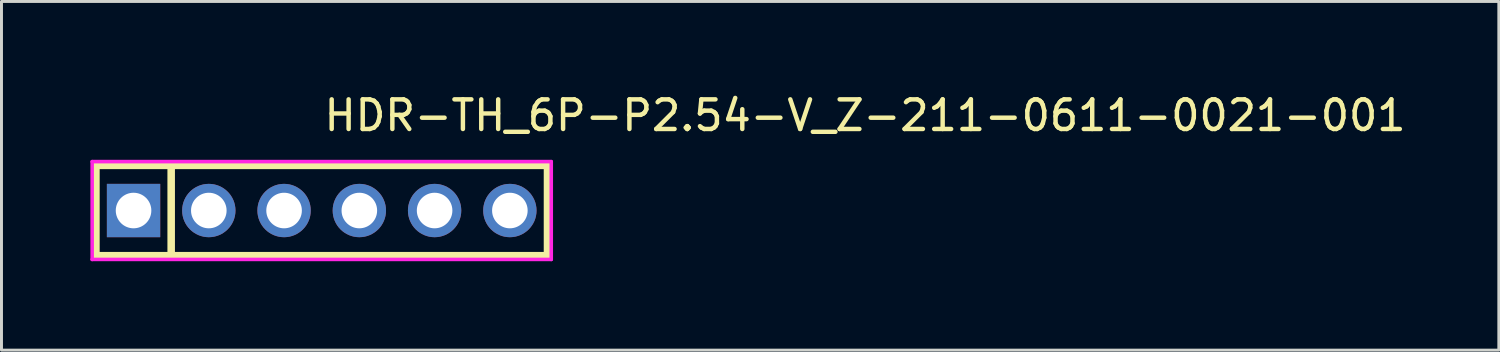
<source format=kicad_pcb>
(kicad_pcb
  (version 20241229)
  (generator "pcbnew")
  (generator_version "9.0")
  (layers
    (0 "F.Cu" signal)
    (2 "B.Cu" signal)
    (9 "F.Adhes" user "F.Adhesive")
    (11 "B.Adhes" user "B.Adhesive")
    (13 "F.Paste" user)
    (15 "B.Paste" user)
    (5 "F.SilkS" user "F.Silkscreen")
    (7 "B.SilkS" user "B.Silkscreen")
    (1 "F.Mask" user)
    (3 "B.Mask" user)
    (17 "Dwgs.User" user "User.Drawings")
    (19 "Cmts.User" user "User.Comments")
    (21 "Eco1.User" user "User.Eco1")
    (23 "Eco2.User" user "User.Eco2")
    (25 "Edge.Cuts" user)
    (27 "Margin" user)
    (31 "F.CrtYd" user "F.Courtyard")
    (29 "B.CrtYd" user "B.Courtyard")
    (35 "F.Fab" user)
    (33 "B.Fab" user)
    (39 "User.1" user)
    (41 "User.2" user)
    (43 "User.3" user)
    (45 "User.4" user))
  (footprint "HDR-TH_6P-P2.54-V_Z-211-0611-0021-001"
    (layer "F.Cu")
    (at 7.807 4.055)
    (property "Reference" "HDR-TH_6P-P2.54-V_Z-211-0611-0021-001" (at 0 -3.207 0) (layer "F.SilkS") (effects (font (size 1 1) (thickness 0.15)) (justify left)))
    (attr through_hole)
    (fp_line (start -7.62 -1.524) (end -7.62 1.524) (stroke (width 0.254) (type solid)) (layer "F.SilkS"))
    (fp_line (start -7.62 -1.524) (end 7.62 -1.524) (stroke (width 0.254) (type solid)) (layer "F.SilkS"))
    (fp_line (start -7.62 1.524) (end 7.62 1.524) (stroke (width 0.254) (type solid)) (layer "F.SilkS"))
    (fp_line (start -5.08 -1.524) (end -5.08 1.524) (stroke (width 0.254) (type solid)) (layer "F.SilkS"))
    (fp_line (start 7.62 1.524) (end 7.62 -1.524) (stroke (width 0.254) (type solid)) (layer "F.SilkS"))
    (fp_circle (center -7.747 1.651) (end -7.717 1.651) (stroke (width 0.06) (type solid)) (fill no) (layer "Eco2.User"))
    (fp_circle (center -6.35 0) (end -6.1 0) (stroke (width 0.5) (type solid)) (fill no) (layer "Eco2.User"))
    (fp_circle (center -3.81 0) (end -3.56 0) (stroke (width 0.5) (type solid)) (fill no) (layer "Eco2.User"))
    (fp_circle (center -1.27 0) (end -1.02 0) (stroke (width 0.5) (type solid)) (fill no) (layer "Eco2.User"))
    (fp_circle (center 1.27 0) (end 1.52 0) (stroke (width 0.5) (type solid)) (fill no) (layer "Eco2.User"))
    (fp_circle (center 3.81 0) (end 4.06 0) (stroke (width 0.5) (type solid)) (fill no) (layer "Eco2.User"))
    (fp_circle (center 6.35 0) (end 6.6 0) (stroke (width 0.5) (type solid)) (fill no) (layer "Eco2.User"))
    (fp_line (start -7.747 -1.651) (end 7.747 -1.651) (stroke (width 0.12) (type solid)) (layer "F.CrtYd"))
    (fp_line (start -7.747 1.651) (end -7.747 -1.651) (stroke (width 0.12) (type solid)) (layer "F.CrtYd"))
    (fp_line (start 7.747 -1.651) (end 7.747 1.651) (stroke (width 0.12) (type solid)) (layer "F.CrtYd"))
    (fp_line (start 7.747 1.651) (end -7.747 1.651) (stroke (width 0.12) (type solid)) (layer "F.CrtYd"))
    (pad "1" thru_hole rect (at -6.35 0) (size 1.8 1.8) (drill 1.2) (layers "*.Cu" "*.Mask"))
    (pad "2" thru_hole circle (at -3.81 0) (size 1.8 1.8) (drill 1.2) (layers "*.Cu" "*.Mask"))
    (pad "3" thru_hole circle (at -1.27 0) (size 1.8 1.8) (drill 1.2) (layers "*.Cu" "*.Mask"))
    (pad "4" thru_hole circle (at 1.27 0) (size 1.8 1.8) (drill 1.2) (layers "*.Cu" "*.Mask"))
    (pad "5" thru_hole circle (at 3.81 0) (size 1.8 1.8) (drill 1.2) (layers "*.Cu" "*.Mask"))
    (pad "6" thru_hole circle (at 6.35 0) (size 1.8 1.8) (drill 1.2) (layers "*.Cu" "*.Mask")))
  (gr_rect
    (start -3 -3)
    (end 47.533 8.766)
    (stroke (width 0.1) (type default))
    (fill no)
    (layer "Edge.Cuts")))
</source>
